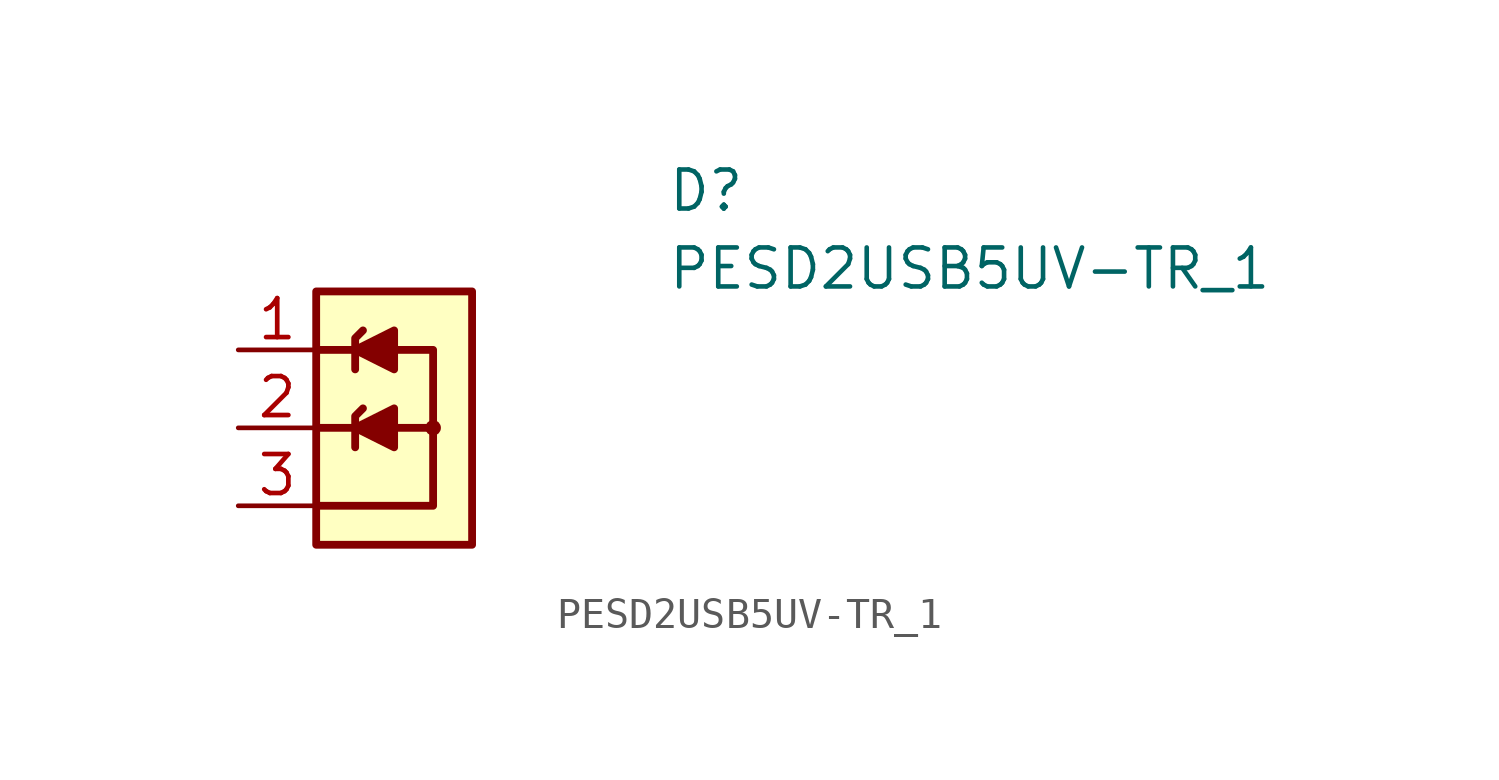
<source format=kicad_sym>
(kicad_symbol_lib
  (version 20231120)
  (generator "kicad_symbol_editor")
  (generator_version "8.0")
  (symbol "PESD2USB5UV-TR_1"
    (pin_names hide)
    (property "Reference" "D"
      (at 13.97 4.445 0)
      (effects (font (size 1.27 1.27) (thickness 0.15)) (justify left bottom)))
    (property "Value" "PESD2USB5UV-TR_1"
      (at 13.97 1.905 0)
      (effects (font (size 1.27 1.27) (thickness 0.15)) (justify left bottom)))
    (symbol "PESD2USB5UV-TR_1_0_1"
      (polyline (pts (xy 3.81 -2.54) (xy 2.54 -2.54)) (stroke (width 0.254) (type default)) (fill (type none)))
      (polyline (pts (xy 3.81 0) (xy 2.54 0)) (stroke (width 0.254) (type default)) (fill (type none)))
      (polyline (pts (xy 5.08 -2.54) (xy 6.35 -2.54)) (stroke (width 0.254) (type default)) (fill (type none)))
      (polyline (pts (xy 2.54 -5.08) (xy 6.35 -5.08) (xy 6.35 0) (xy 5.08 0)) (stroke (width 0.254) (type default)) (fill (type none))))
    (symbol "PESD2USB5UV-TR_1_1_1"
      (polyline (pts (xy 3.81 -3.175) (xy 3.81 -2.921) (xy 3.81 -2.159) (xy 4.064 -1.905)) (stroke (width 0.254) (type default)) (fill (type background)))
      (polyline (pts (xy 3.81 -0.635) (xy 3.81 -0.381) (xy 3.81 0.381) (xy 4.064 0.635)) (stroke (width 0.254) (type default)) (fill (type background)))
      (polyline (pts (xy 5.08 -3.175) (xy 5.08 -1.905) (xy 3.81 -2.54) (xy 5.08 -3.175)) (stroke (width 0.254) (type default)) (fill (type outline)))
      (polyline (pts (xy 5.08 -0.635) (xy 5.08 0.635) (xy 3.81 0) (xy 5.08 -0.635)) (stroke (width 0.254) (type default)) (fill (type outline)))
      (rectangle (start 2.54 1.905) (end 7.62 -6.35) (stroke (width 0.254) (type default)) (fill (type background)))
      (circle (center 6.35 -2.54) (radius 0.127) (stroke (width 0.254) (type default)) (fill (type background)))
      (pin passive line (at 0 0 0) (length 2.54) (name "1" (effects (font (size 1.27 1.27)))) (number "1" (effects (font (size 1.27 1.27)))))
      (pin passive line (at 0 -2.54 0) (length 2.54) (name "2" (effects (font (size 1.27 1.27)))) (number "2" (effects (font (size 1.27 1.27)))))
      (pin passive line (at 0 -5.08 0) (length 2.54) (name "3" (effects (font (size 1.27 1.27)))) (number "3" (effects (font (size 1.27 1.27))))))))
</source>
